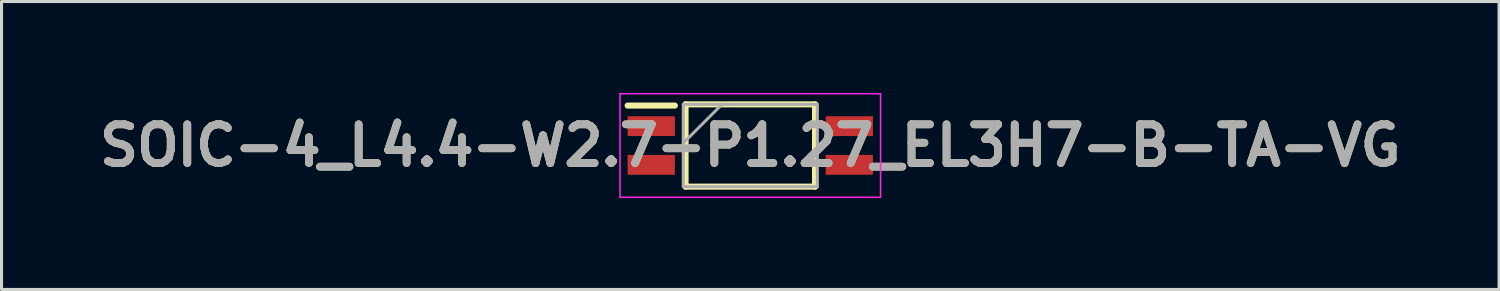
<source format=kicad_pcb>
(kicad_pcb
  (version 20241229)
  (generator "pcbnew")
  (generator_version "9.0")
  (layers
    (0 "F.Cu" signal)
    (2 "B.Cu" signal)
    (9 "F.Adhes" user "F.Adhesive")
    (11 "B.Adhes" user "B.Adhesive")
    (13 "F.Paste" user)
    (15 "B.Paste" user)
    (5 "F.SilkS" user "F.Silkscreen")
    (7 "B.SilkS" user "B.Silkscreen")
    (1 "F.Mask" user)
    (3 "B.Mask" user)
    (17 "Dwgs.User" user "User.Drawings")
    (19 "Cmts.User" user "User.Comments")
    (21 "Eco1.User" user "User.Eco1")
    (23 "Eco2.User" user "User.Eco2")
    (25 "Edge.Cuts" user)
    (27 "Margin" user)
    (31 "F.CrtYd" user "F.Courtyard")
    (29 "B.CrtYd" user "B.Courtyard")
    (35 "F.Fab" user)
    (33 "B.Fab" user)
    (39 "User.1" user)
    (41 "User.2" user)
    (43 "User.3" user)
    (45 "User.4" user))
  (footprint "SOIC-4_L4.4-W2.7-P1.27_EL3H7-B-TA-VG"
    (layer "F.Cu")
    (at 21.572 1.725)
    (property "Reference" "SOIC-4_L4.4-W2.7-P1.27_EL3H7-B-TA-VG" (at 0 0 0) (layer "F.SilkS") (effects (font (size 1.27 1.27) (thickness 0.254))))
    (attr smd)
    (fp_line (start -4.025 -1.31) (end -2.475 -1.31) (stroke (width 0.2) (type solid)) (layer "F.SilkS"))
    (fp_line (start -2.125 -1.35) (end 2.125 -1.35) (stroke (width 0.2) (type solid)) (layer "F.SilkS"))
    (fp_line (start -2.125 1.35) (end -2.125 -1.35) (stroke (width 0.2) (type solid)) (layer "F.SilkS"))
    (fp_line (start 2.125 -1.35) (end 2.125 1.35) (stroke (width 0.2) (type solid)) (layer "F.SilkS"))
    (fp_line (start 2.125 1.35) (end -2.125 1.35) (stroke (width 0.2) (type solid)) (layer "F.SilkS"))
    (fp_line (start -4.275 -1.7) (end 4.275 -1.7) (stroke (width 0.05) (type solid)) (layer "F.CrtYd"))
    (fp_line (start -4.275 1.7) (end -4.275 -1.7) (stroke (width 0.05) (type solid)) (layer "F.CrtYd"))
    (fp_line (start 4.275 -1.7) (end 4.275 1.7) (stroke (width 0.05) (type solid)) (layer "F.CrtYd"))
    (fp_line (start 4.275 1.7) (end -4.275 1.7) (stroke (width 0.05) (type solid)) (layer "F.CrtYd"))
    (fp_line (start -2.2 -1.35) (end 2.2 -1.35) (stroke (width 0.1) (type solid)) (layer "F.Fab"))
    (fp_line (start -2.2 -0.08) (end -0.93 -1.35) (stroke (width 0.1) (type solid)) (layer "F.Fab"))
    (fp_line (start -2.2 1.35) (end -2.2 -1.35) (stroke (width 0.1) (type solid)) (layer "F.Fab"))
    (fp_line (start 2.2 -1.35) (end 2.2 1.35) (stroke (width 0.1) (type solid)) (layer "F.Fab"))
    (fp_line (start 2.2 1.35) (end -2.2 1.35) (stroke (width 0.1) (type solid)) (layer "F.Fab"))
    (fp_text user "${REFERENCE}" (at 0 0 0) (layer "F.Fab") (effects (font (size 1.27 1.27) (thickness 0.254))))
    (pad "1" smd rect (at -3.25 -0.635 90) (size 0.65 1.55) (layers "F.Cu" "F.Mask" "F.Paste"))
    (pad "2" smd rect (at -3.25 0.635 90) (size 0.65 1.55) (layers "F.Cu" "F.Mask" "F.Paste"))
    (pad "3" smd rect (at 3.25 0.635 90) (size 0.65 1.55) (layers "F.Cu" "F.Mask" "F.Paste"))
    (pad "4" smd rect (at 3.25 -0.635 90) (size 0.65 1.55) (layers "F.Cu" "F.Mask" "F.Paste")))
  (gr_rect
    (start -3 -3)
    (end 46.144 6.45)
    (stroke (width 0.1) (type default))
    (fill no)
    (layer "Edge.Cuts")))
</source>
